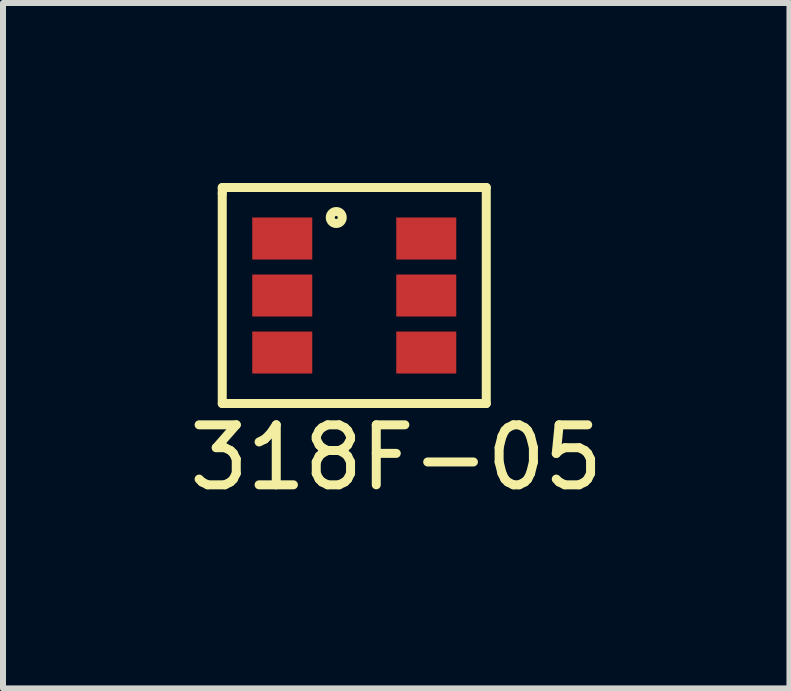
<source format=kicad_pcb>
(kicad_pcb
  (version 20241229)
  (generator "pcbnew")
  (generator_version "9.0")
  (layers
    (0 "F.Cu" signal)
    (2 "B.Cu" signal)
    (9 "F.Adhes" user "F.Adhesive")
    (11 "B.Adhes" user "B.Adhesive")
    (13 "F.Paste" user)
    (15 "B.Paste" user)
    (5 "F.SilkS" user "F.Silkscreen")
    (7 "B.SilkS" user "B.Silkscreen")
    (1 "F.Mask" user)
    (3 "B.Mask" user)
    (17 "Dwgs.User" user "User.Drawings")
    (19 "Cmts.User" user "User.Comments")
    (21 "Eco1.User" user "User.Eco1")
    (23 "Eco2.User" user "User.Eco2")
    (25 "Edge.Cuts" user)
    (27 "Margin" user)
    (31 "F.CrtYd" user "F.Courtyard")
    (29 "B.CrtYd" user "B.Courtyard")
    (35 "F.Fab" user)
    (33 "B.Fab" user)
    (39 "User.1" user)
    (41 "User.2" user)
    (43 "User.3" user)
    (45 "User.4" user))
  (footprint "318F-05"
    (layer "F.Cu")
    (at 2.854 1.875)
    (property "Reference" "318F-05" (at 0.7 2.7 0) (layer "F.SilkS") (effects (font (size 1 1) (thickness 0.15))))
    (attr through_hole)
    (fp_line (start -2.2 -1.8) (end -2.2 -1.7) (stroke (width 0.15) (type solid)) (layer "F.SilkS"))
    (fp_line (start -2.2 -1.7) (end -2.2 1.8) (stroke (width 0.15) (type solid)) (layer "F.SilkS"))
    (fp_line (start -2.2 1.8) (end 2.2 1.8) (stroke (width 0.15) (type solid)) (layer "F.SilkS"))
    (fp_line (start 2.2 -1.8) (end -2.2 -1.8) (stroke (width 0.15) (type solid)) (layer "F.SilkS"))
    (fp_line (start 2.2 1.8) (end 2.2 -1.8) (stroke (width 0.15) (type solid)) (layer "F.SilkS"))
    (fp_circle (center -0.3 -1.3) (end -0.3 -1.4) (stroke (width 0.15) (type solid)) (fill no) (layer "F.SilkS"))
    (pad "1" smd rect (at -1.2 -0.95) (size 1 0.7) (layers "F.Cu" "F.Mask" "F.Paste"))
    (pad "2" smd rect (at -1.2 0) (size 1 0.7) (layers "F.Cu" "F.Mask" "F.Paste"))
    (pad "3" smd rect (at -1.2 0.95) (size 1 0.7) (layers "F.Cu" "F.Mask" "F.Paste"))
    (pad "4" smd rect (at 1.2 0.95) (size 1 0.7) (layers "F.Cu" "F.Mask" "F.Paste"))
    (pad "5" smd rect (at 1.2 0) (size 1 0.7) (layers "F.Cu" "F.Mask" "F.Paste"))
    (pad "6" smd rect (at 1.2 -0.95) (size 1 0.7) (layers "F.Cu" "F.Mask" "F.Paste")))
  (gr_rect
    (start -3 -3)
    (end 10.107 8.423)
    (stroke (width 0.1) (type default))
    (fill no)
    (layer "Edge.Cuts")))
</source>
